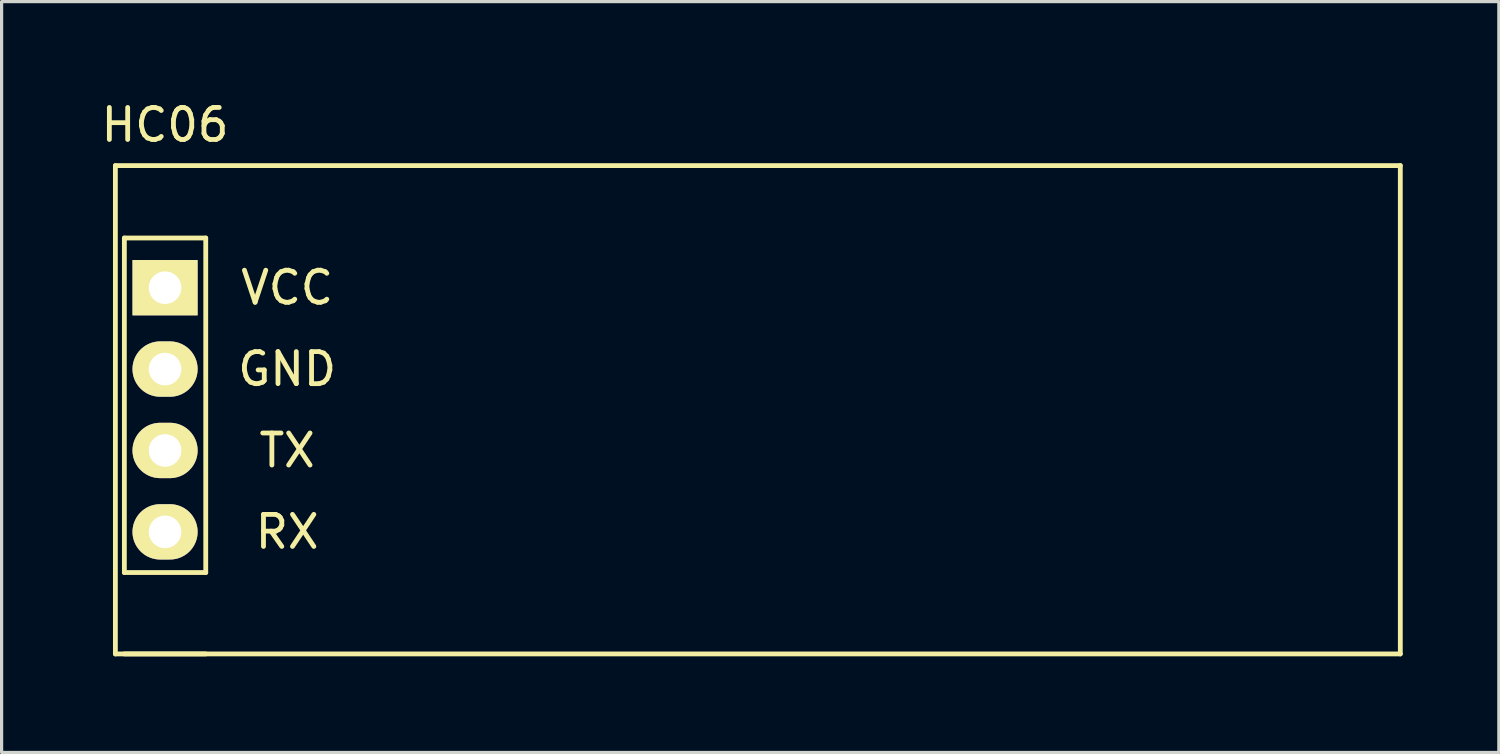
<source format=kicad_pcb>
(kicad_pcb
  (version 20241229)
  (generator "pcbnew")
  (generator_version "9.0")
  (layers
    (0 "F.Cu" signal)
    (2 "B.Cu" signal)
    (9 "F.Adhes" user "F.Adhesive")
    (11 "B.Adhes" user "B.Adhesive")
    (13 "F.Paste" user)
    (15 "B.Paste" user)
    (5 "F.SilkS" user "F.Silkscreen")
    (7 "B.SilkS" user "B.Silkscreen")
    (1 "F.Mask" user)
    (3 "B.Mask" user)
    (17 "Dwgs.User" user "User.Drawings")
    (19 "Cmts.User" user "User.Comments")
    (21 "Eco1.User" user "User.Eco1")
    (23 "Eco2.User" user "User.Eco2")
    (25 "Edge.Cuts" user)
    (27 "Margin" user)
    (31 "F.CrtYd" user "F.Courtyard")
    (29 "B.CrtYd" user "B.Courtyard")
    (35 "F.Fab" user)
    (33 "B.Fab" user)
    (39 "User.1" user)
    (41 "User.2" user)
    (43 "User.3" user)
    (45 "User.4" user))
  (footprint "HC06"
    (layer "F.Cu")
    (at 2.101 5.928)
    (property "Reference" "HC06" (at 0 -5.08 0) (layer "F.SilkS") (effects (font (size 1 1) (thickness 0.15))))
    (attr through_hole)
    (fp_line (start -1.55 -3.81) (end -1.55 11.43) (stroke (width 0.15) (type solid)) (layer "F.SilkS"))
    (fp_line (start -1.55 -3.81) (end 38.55 -3.81) (stroke (width 0.15) (type solid)) (layer "F.SilkS"))
    (fp_line (start -1.27 -1.55) (end -1.27 8.89) (stroke (width 0.15) (type solid)) (layer "F.SilkS"))
    (fp_line (start -1.27 8.89) (end 1.27 8.89) (stroke (width 0.15) (type solid)) (layer "F.SilkS"))
    (fp_line (start -1.27 11.43) (end 1.27 11.43) (stroke (width 0.15) (type solid)) (layer "F.SilkS"))
    (fp_line (start 1.27 -1.55) (end -1.27 -1.55) (stroke (width 0.15) (type solid)) (layer "F.SilkS"))
    (fp_line (start 1.27 -1.55) (end 1.27 8.89) (stroke (width 0.15) (type solid)) (layer "F.SilkS"))
    (fp_line (start 38.55 -3.81) (end 38.55 11.43) (stroke (width 0.15) (type solid)) (layer "F.SilkS"))
    (fp_line (start 38.55 11.43) (end -1.55 11.43) (stroke (width 0.15) (type solid)) (layer "F.SilkS"))
    (fp_text user "RX" (at 3.81 7.62 0) (layer "F.SilkS") (effects (font (size 1 1) (thickness 0.15))))
    (fp_text user "TX" (at 3.81 5.08 0) (layer "F.SilkS") (effects (font (size 1 1) (thickness 0.15))))
    (fp_text user "GND" (at 3.81 2.54 0) (layer "F.SilkS") (effects (font (size 1 1) (thickness 0.15))))
    (fp_text user "VCC" (at 3.81 0 0) (layer "F.SilkS") (effects (font (size 1 1) (thickness 0.15))))
    (pad "1" thru_hole oval (at 0 7.62) (size 2.032 1.727) (drill 1.016) (layers "*.Cu" "*.Mask" "F.SilkS"))
    (pad "2" thru_hole oval (at 0 5.08) (size 2.032 1.727) (drill 1.016) (layers "*.Cu" "*.Mask" "F.SilkS"))
    (pad "3" thru_hole oval (at 0 2.54) (size 2.032 1.727) (drill 1.016) (layers "*.Cu" "*.Mask" "F.SilkS"))
    (pad "4" thru_hole rect (at 0 0) (size 2.032 1.727) (drill 1.016) (layers "*.Cu" "*.Mask" "F.SilkS")))
  (gr_rect
    (start -3 -3)
    (end 43.726 20.433)
    (stroke (width 0.1) (type default))
    (fill no)
    (layer "Edge.Cuts")))
</source>
